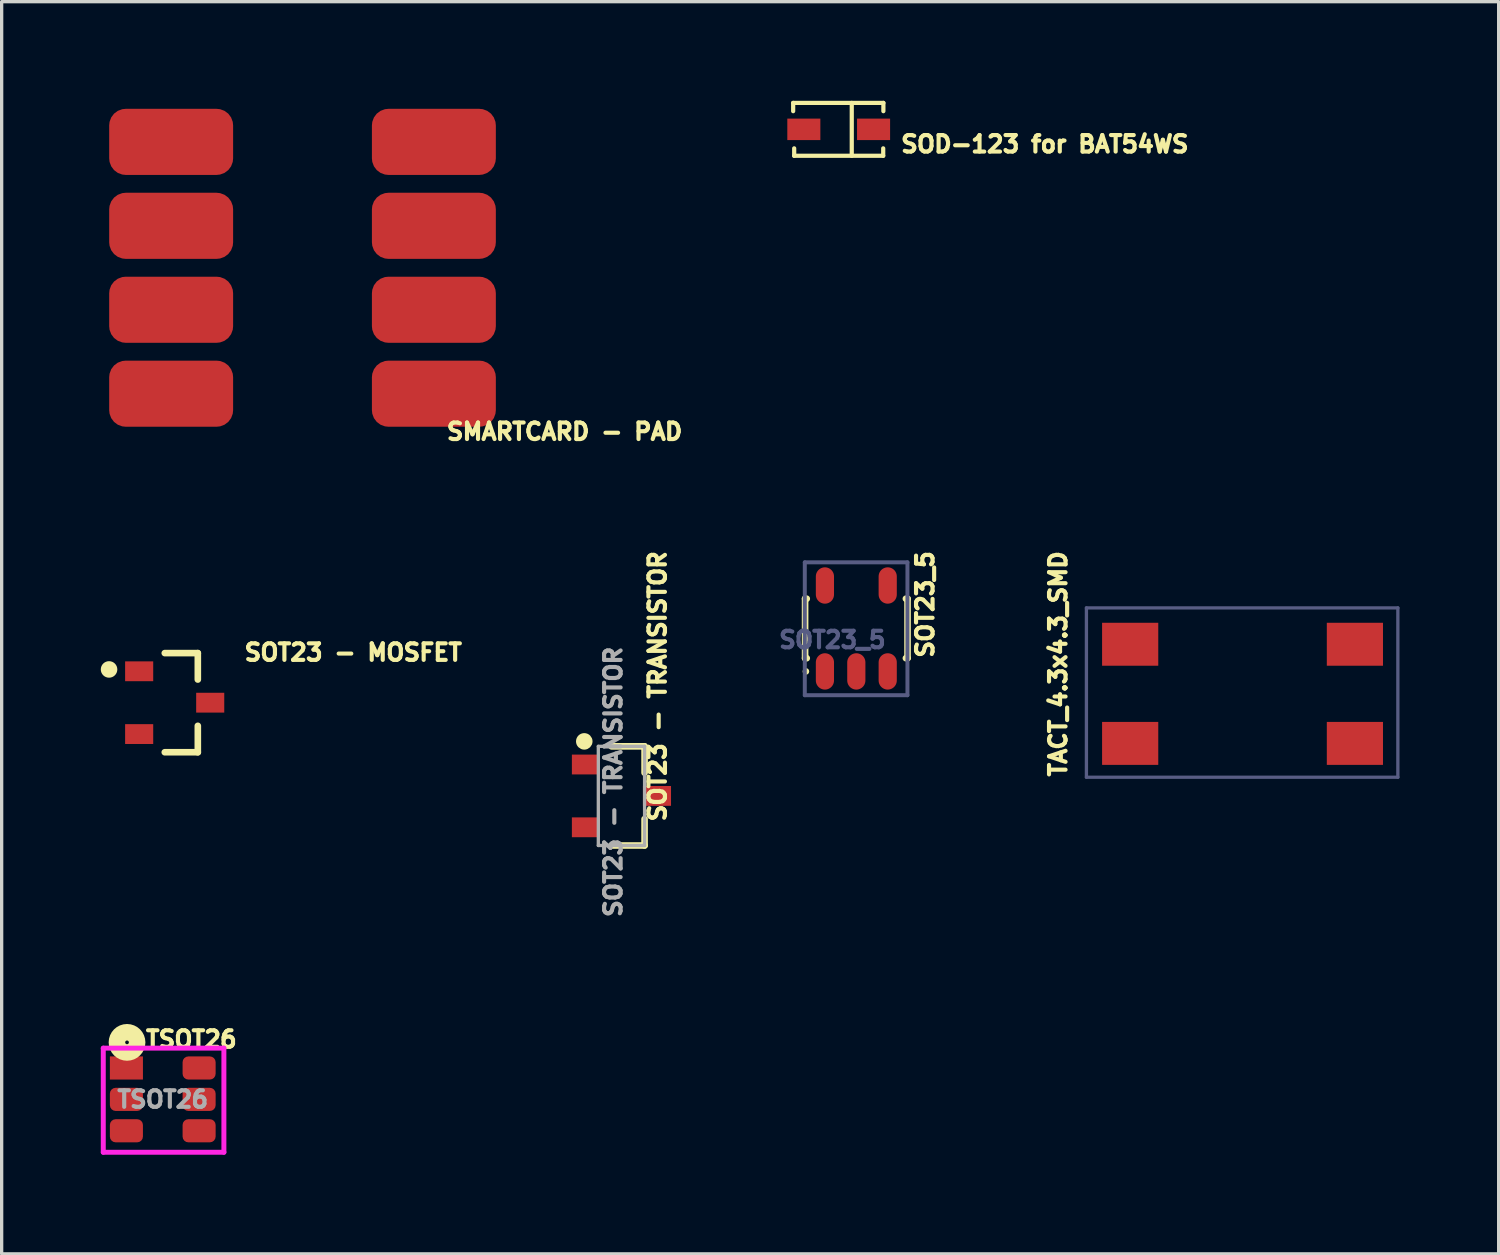
<source format=kicad_pcb>
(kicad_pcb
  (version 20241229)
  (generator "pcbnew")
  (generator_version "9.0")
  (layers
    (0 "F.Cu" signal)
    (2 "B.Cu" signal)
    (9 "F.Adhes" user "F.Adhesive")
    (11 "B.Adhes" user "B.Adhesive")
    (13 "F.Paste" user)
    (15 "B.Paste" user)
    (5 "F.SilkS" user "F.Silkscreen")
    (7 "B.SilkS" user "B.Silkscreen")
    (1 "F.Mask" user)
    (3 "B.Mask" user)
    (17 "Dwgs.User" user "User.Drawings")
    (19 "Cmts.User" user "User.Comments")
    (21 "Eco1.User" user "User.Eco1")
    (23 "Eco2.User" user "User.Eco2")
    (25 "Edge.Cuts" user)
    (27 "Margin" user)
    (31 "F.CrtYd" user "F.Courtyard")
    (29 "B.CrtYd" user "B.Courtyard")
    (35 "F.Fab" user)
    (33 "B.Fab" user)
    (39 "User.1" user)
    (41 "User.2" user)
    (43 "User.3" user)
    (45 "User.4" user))
  (footprint "SOT23_5"
    (layer "F.Cu")
    (at 22.862 15.967)
    (property "Reference" "SOT23_5" (at 2.375 0.95 90) (unlocked yes) (layer "F.SilkS") (effects (font (size 0.5 0.5) (thickness 0.254)) (justify left bottom)))
    (fp_line (start -1.55 0.9) (end -1.55 -0.9) (stroke (width 0.2) (type solid)) (layer "F.SilkS"))
    (fp_line (start -1.5 -0.9) (end -1.55 -0.9) (stroke (width 0.2) (type solid)) (layer "F.SilkS"))
    (fp_line (start -1.5 0.9) (end -1.55 0.9) (stroke (width 0.2) (type solid)) (layer "F.SilkS"))
    (fp_line (start 1.55 -0.9) (end 1.5 -0.9) (stroke (width 0.2) (type solid)) (layer "F.SilkS"))
    (fp_line (start 1.55 0.9) (end 1.5 0.9) (stroke (width 0.2) (type solid)) (layer "F.SilkS"))
    (fp_line (start 1.55 0.9) (end 1.55 -0.9) (stroke (width 0.2) (type solid)) (layer "F.SilkS"))
    (fp_circle (center -1.525 1.3) (end -1.575 1.3) (stroke (width 0.1) (type solid)) (fill no) (layer "F.SilkS"))
    (fp_line (start -1.559 2.02) (end -1.559 -2.001) (stroke (width 0.12) (type solid)) (layer "B.Fab"))
    (fp_line (start 1.547 -2.001) (end -1.559 -2.001) (stroke (width 0.12) (type solid)) (layer "B.Fab"))
    (fp_line (start 1.547 2.02) (end -1.559 2.02) (stroke (width 0.12) (type solid)) (layer "B.Fab"))
    (fp_line (start 1.547 2.02) (end 1.547 -2.001) (stroke (width 0.12) (type solid)) (layer "B.Fab"))
    (fp_text user "${REFERENCE}" (at -0.724 0.345 0) (unlocked yes) (layer "B.Fab") (effects (font (size 0.5 0.5) (thickness 0.254))))
    (pad "1" smd oval (at -0.95 1.3) (size 0.55 1.1) (layers "F.Cu" "F.Mask" "F.Paste"))
    (pad "2" smd oval (at 0 1.3) (size 0.55 1.1) (layers "F.Cu" "F.Mask" "F.Paste"))
    (pad "3" smd oval (at 0.95 1.3) (size 0.55 1.1) (layers "F.Cu" "F.Mask" "F.Paste"))
    (pad "4" smd oval (at 0.95 -1.3) (size 0.55 1.1) (layers "F.Cu" "F.Mask" "F.Paste"))
    (pad "5" smd oval (at -0.95 -1.3) (size 0.55 1.1) (layers "F.Cu" "F.Mask" "F.Paste")))
  (footprint "SOT23 - TRANSISTOR"
    (layer "F.Cu")
    (at 15.755 21.034)
    (property "Reference" "SOT23 - TRANSISTOR" (at 1.384 0.836 90) (unlocked yes) (layer "F.SilkS") (effects (font (size 0.5 0.5) (thickness 0.254)) (justify left bottom)))
    (fp_line (start -0.3 -1.5) (end 0.7 -1.5) (stroke (width 0.2) (type solid)) (layer "F.SilkS"))
    (fp_line (start -0.3 1.5) (end 0.7 1.5) (stroke (width 0.2) (type solid)) (layer "F.SilkS"))
    (fp_line (start 0.7 -0.7) (end 0.7 -1.5) (stroke (width 0.2) (type solid)) (layer "F.SilkS"))
    (fp_line (start 0.7 1.5) (end 0.7 0.7) (stroke (width 0.2) (type solid)) (layer "F.SilkS"))
    (fp_circle (center -1.125 -1.65) (end -1 -1.65) (stroke (width 0.25) (type solid)) (fill no) (layer "F.SilkS"))
    (fp_line (start -1.6 -1.6) (end 1.6 -1.6) (stroke (width 0.1) (type solid)) (layer "Eco1.User"))
    (fp_line (start -1.6 1.6) (end -1.6 -1.6) (stroke (width 0.1) (type solid)) (layer "Eco1.User"))
    (fp_line (start -1.6 1.6) (end 1.6 1.6) (stroke (width 0.1) (type solid)) (layer "Eco1.User"))
    (fp_line (start -0.5 0) (end 0.5 0) (stroke (width 0.1) (type solid)) (layer "Eco1.User"))
    (fp_line (start 0 0.5) (end 0 -0.5) (stroke (width 0.1) (type solid)) (layer "Eco1.User"))
    (fp_line (start 1.6 1.6) (end 1.6 -1.6) (stroke (width 0.1) (type solid)) (layer "Eco1.User"))
    (fp_line (start -0.7 -1.5) (end 0.7 -1.5) (stroke (width 0.1) (type solid)) (layer "F.Fab"))
    (fp_line (start -0.7 1.5) (end -0.7 -1.5) (stroke (width 0.1) (type solid)) (layer "F.Fab"))
    (fp_line (start -0.7 1.5) (end 0.7 1.5) (stroke (width 0.1) (type solid)) (layer "F.Fab"))
    (fp_line (start 0.7 1.5) (end 0.7 -1.5) (stroke (width 0.1) (type solid)) (layer "F.Fab"))
    (fp_text user "${REFERENCE}" (at -0.25 -0.425 90) (unlocked yes) (layer "F.Fab") (effects (font (size 0.5 0.5) (thickness 0.254))))
    (pad "B" smd rect (at -1.075 -0.95 270) (size 0.6 0.85) (layers "F.Cu" "F.Mask" "F.Paste"))
    (pad "C" smd rect (at 1.075 0 270) (size 0.6 0.85) (layers "F.Cu" "F.Mask" "F.Paste"))
    (pad "E" smd rect (at -1.075 0.95 270) (size 0.6 0.85) (layers "F.Cu" "F.Mask" "F.Paste")))
  (footprint "SMARTCARD - PAD"
    (layer "F.Cu")
    (at 6.104 5.053)
    (property "Reference" "SMARTCARD - PAD" (at 4.3 5.25 0) (unlocked yes) (layer "F.SilkS") (effects (font (size 0.5 0.5) (thickness 0.254)) (justify left bottom)))
    (fp_line (start -6.029 -4.978) (end -6.029 4.991) (stroke (width 0.15) (type solid)) (layer "Eco1.User"))
    (fp_line (start -6.029 -4.978) (end 6.032 -4.978) (stroke (width 0.15) (type solid)) (layer "Eco1.User"))
    (fp_line (start -6.029 4.991) (end 6.032 4.991) (stroke (width 0.15) (type solid)) (layer "Eco1.User"))
    (fp_line (start 6.032 -4.978) (end 6.032 4.991) (stroke (width 0.15) (type solid)) (layer "Eco1.User"))
    (fp_text user "${REFERENCE}" (at -1.941 0.314 180) (unlocked yes) (layer "Eco1.User") (effects (font (size 0.5 0.5) (thickness 0.254))))
    (pad "1" smd roundrect (at 3.975 3.81 180) (size 3.75 2) (layers "F.Cu" "F.Mask" "F.Paste") (roundrect_rratio 0.25))
    (pad "2" smd roundrect (at -3.975 3.81 180) (size 3.75 2) (layers "F.Cu" "F.Mask" "F.Paste") (roundrect_rratio 0.25))
    (pad "3" smd roundrect (at 3.975 1.27 180) (size 3.75 2) (layers "F.Cu" "F.Mask" "F.Paste") (roundrect_rratio 0.25))
    (pad "4" smd roundrect (at -3.975 1.27 180) (size 3.75 2) (layers "F.Cu" "F.Mask" "F.Paste") (roundrect_rratio 0.25))
    (pad "5" smd roundrect (at 3.975 -1.27 180) (size 3.75 2) (layers "F.Cu" "F.Mask" "F.Paste") (roundrect_rratio 0.25))
    (pad "6" smd roundrect (at -3.975 -1.27 180) (size 3.75 2) (layers "F.Cu" "F.Mask" "F.Paste") (roundrect_rratio 0.25))
    (pad "7" smd roundrect (at 3.975 -3.81 180) (size 3.75 2) (layers "F.Cu" "F.Mask" "F.Paste") (roundrect_rratio 0.25))
    (pad "8" smd roundrect (at -3.975 -3.81 180) (size 3.75 2) (layers "F.Cu" "F.Mask" "F.Paste") (roundrect_rratio 0.25)))
  (footprint "SOT23 - MOSFET"
    (layer "F.Cu")
    (at 2.236 18.213)
    (property "Reference" "SOT23 - MOSFET" (at 2.047 -1.228 0) (unlocked yes) (layer "F.SilkS") (effects (font (size 0.5 0.5) (thickness 0.254)) (justify left bottom)))
    (fp_line (start -0.3 -1.5) (end 0.7 -1.5) (stroke (width 0.2) (type solid)) (layer "F.SilkS"))
    (fp_line (start -0.3 1.5) (end 0.7 1.5) (stroke (width 0.2) (type solid)) (layer "F.SilkS"))
    (fp_line (start 0.7 -1.5) (end 0.7 -0.7) (stroke (width 0.2) (type solid)) (layer "F.SilkS"))
    (fp_line (start 0.7 0.7) (end 0.7 1.5) (stroke (width 0.2) (type solid)) (layer "F.SilkS"))
    (fp_circle (center -1.986 -1.006) (end -1.986 -0.881) (stroke (width 0.25) (type solid)) (fill no) (layer "F.SilkS"))
    (fp_line (start -1.675 -1.6) (end -1.675 1.6) (stroke (width 0.1) (type solid)) (layer "Eco1.User"))
    (fp_line (start -1.675 -1.6) (end 1.675 -1.6) (stroke (width 0.1) (type solid)) (layer "Eco1.User"))
    (fp_line (start -1.675 1.6) (end 1.675 1.6) (stroke (width 0.1) (type solid)) (layer "Eco1.User"))
    (fp_line (start -1.6 -1.575) (end -1.6 1.575) (stroke (width 0.1) (type solid)) (layer "Eco1.User"))
    (fp_line (start -1.6 -1.575) (end 1.6 -1.575) (stroke (width 0.1) (type solid)) (layer "Eco1.User"))
    (fp_line (start -1.6 1.575) (end 1.6 1.575) (stroke (width 0.1) (type solid)) (layer "Eco1.User"))
    (fp_line (start -0.5 0) (end 0.5 0) (stroke (width 0.1) (type solid)) (layer "Eco1.User"))
    (fp_line (start 0 -0.5) (end 0 0.5) (stroke (width 0.1) (type solid)) (layer "Eco1.User"))
    (fp_line (start 1.6 -1.575) (end 1.6 1.575) (stroke (width 0.1) (type solid)) (layer "Eco1.User"))
    (fp_line (start 1.675 -1.6) (end 1.675 1.6) (stroke (width 0.1) (type solid)) (layer "Eco1.User"))
    (fp_text user "${REFERENCE}" (at -0.35 -1.35 90) (unlocked yes) (layer "Eco1.User") (effects (font (size 0.5 0.5) (thickness 0.254))))
    (pad "D" smd rect (at 1.075 0 270) (size 0.6 0.85) (layers "F.Cu" "F.Mask" "F.Paste"))
    (pad "G" smd rect (at -1.075 -0.95 270) (size 0.6 0.85) (layers "F.Cu" "F.Mask" "F.Paste"))
    (pad "S" smd rect (at -1.075 0.95 270) (size 0.6 0.85) (layers "F.Cu" "F.Mask" "F.Paste")))
  (footprint "TSOT26"
    (layer "F.Cu")
    (at 1.875 30.217)
    (property "Reference" "TSOT26" (at -0.575 -1.524 0) (unlocked yes) (layer "F.SilkS") (effects (font (size 0.5 0.5) (thickness 0.254)) (justify left bottom)))
    (fp_circle (center -1.081 -1.725) (end -1.081 -1.781) (stroke (width 0.5) (type solid)) (fill no) (layer "F.SilkS"))
    (fp_line (start -1.8 -1.55) (end 1.85 -1.55) (stroke (width 0.15) (type solid)) (layer "F.CrtYd"))
    (fp_line (start -1.8 1.6) (end -1.8 -1.55) (stroke (width 0.15) (type solid)) (layer "F.CrtYd"))
    (fp_line (start -1.8 1.6) (end 1.85 1.6) (stroke (width 0.15) (type solid)) (layer "F.CrtYd"))
    (fp_line (start 1.85 1.6) (end 1.85 -1.55) (stroke (width 0.15) (type solid)) (layer "F.CrtYd"))
    (fp_text user "${REFERENCE}" (at 0 0 0) (unlocked yes) (layer "F.Fab") (effects (font (size 0.5 0.5) (thickness 0.125))))
    (pad "1" smd rect (at -1.1 -0.95) (size 1 0.7) (layers "F.Cu" "F.Mask" "F.Paste"))
    (pad "2" smd roundrect (at -1.1 0) (size 1 0.7) (layers "F.Cu" "F.Mask" "F.Paste") (roundrect_rratio 0.25))
    (pad "3" smd roundrect (at -1.1 0.95) (size 1 0.7) (layers "F.Cu" "F.Mask" "F.Paste") (roundrect_rratio 0.25))
    (pad "4" smd roundrect (at 1.1 0.95) (size 1 0.7) (layers "F.Cu" "F.Mask" "F.Paste") (roundrect_rratio 0.25))
    (pad "5" smd roundrect (at 1.1 0) (size 1 0.7) (layers "F.Cu" "F.Mask" "F.Paste") (roundrect_rratio 0.25))
    (pad "6" smd roundrect (at 1.1 -0.95) (size 1 0.7) (layers "F.Cu" "F.Mask" "F.Paste") (roundrect_rratio 0.25)))
  (footprint "SOD-123 for BAT54WS"
    (layer "F.Cu")
    (at 21.274 0.864)
    (property "Reference" "SOD-123 for BAT54WS" (at 2.877 0.74 0) (unlocked yes) (layer "F.SilkS") (effects (font (size 0.5 0.5) (thickness 0.254)) (justify left bottom)))
    (fp_line (start -0.323 -0.8) (end 2.407 -0.8) (stroke (width 0.127) (type solid)) (layer "F.SilkS"))
    (fp_line (start -0.323 -0.55) (end -0.323 -0.8) (stroke (width 0.127) (type solid)) (layer "F.SilkS"))
    (fp_line (start -0.292 0.8) (end -0.292 0.575) (stroke (width 0.127) (type solid)) (layer "F.SilkS"))
    (fp_line (start -0.292 0.8) (end 2.402 0.8) (stroke (width 0.127) (type solid)) (layer "F.SilkS"))
    (fp_line (start 1.45 0.8) (end 1.45 -0.8) (stroke (width 0.127) (type solid)) (layer "F.SilkS"))
    (fp_line (start 2.402 0.8) (end 2.402 0.575) (stroke (width 0.127) (type solid)) (layer "F.SilkS"))
    (fp_line (start 2.407 -0.55) (end 2.407 -0.8) (stroke (width 0.127) (type solid)) (layer "F.SilkS"))
    (pad "1" smd rect (at 0 0) (size 1 0.65) (layers "F.Cu" "F.Mask" "F.Paste"))
    (pad "2" smd rect (at 2.11 0) (size 1 0.65) (layers "F.Cu" "F.Mask" "F.Paste")))
  (footprint "TACT_4.3x4.3_SMD"
    (layer "F.Cu")
    (at 34.549 18.045)
    (property "Reference" "TACT_4.3x4.3_SMD" (at -5.288 2.468 90) (unlocked yes) (layer "F.SilkS") (effects (font (size 0.5 0.5) (thickness 0.254)) (justify left bottom)))
    (fp_line (start -4.724 2.424) (end -4.724 -2.7) (stroke (width 0.1) (type solid)) (layer "B.Fab"))
    (fp_line (start 4.7 -2.7) (end -4.724 -2.7) (stroke (width 0.1) (type solid)) (layer "B.Fab"))
    (fp_line (start 4.7 2.424) (end -4.724 2.424) (stroke (width 0.1) (type solid)) (layer "B.Fab"))
    (fp_line (start 4.7 2.424) (end 4.7 -2.7) (stroke (width 0.1) (type solid)) (layer "B.Fab"))
    (pad "1" smd rect (at -3.4 1.4) (size 1.7 1.3) (layers "F.Cu" "F.Mask" "F.Paste"))
    (pad "2" smd rect (at 3.4 1.4) (size 1.7 1.3) (layers "F.Cu" "F.Mask" "F.Paste"))
    (pad "3" smd rect (at -3.4 -1.6) (size 1.7 1.3) (layers "F.Cu" "F.Mask" "F.Paste"))
    (pad "4" smd rect (at 3.4 -1.6) (size 1.7 1.3) (layers "F.Cu" "F.Mask" "F.Paste")))
  (gr_rect
    (start -3 -3)
    (end 42.299 34.892)
    (stroke (width 0.1) (type default))
    (fill no)
    (layer "Edge.Cuts")))
</source>
